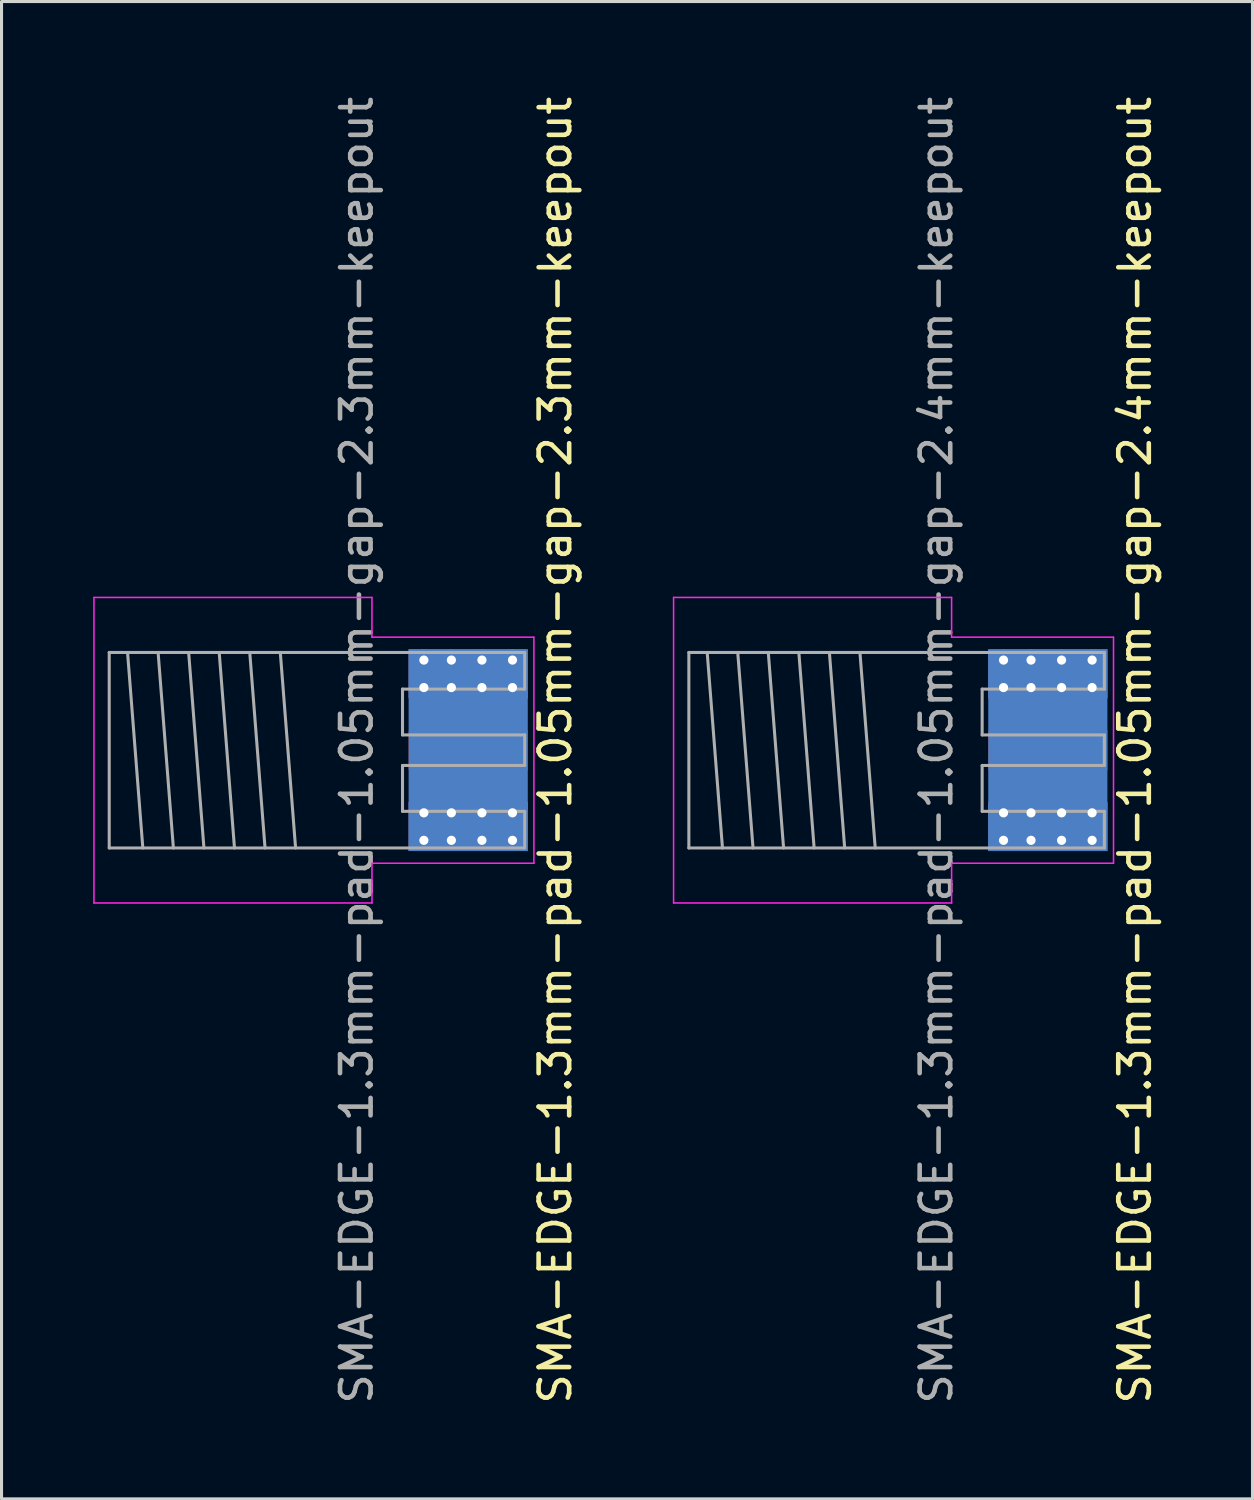
<source format=kicad_pcb>
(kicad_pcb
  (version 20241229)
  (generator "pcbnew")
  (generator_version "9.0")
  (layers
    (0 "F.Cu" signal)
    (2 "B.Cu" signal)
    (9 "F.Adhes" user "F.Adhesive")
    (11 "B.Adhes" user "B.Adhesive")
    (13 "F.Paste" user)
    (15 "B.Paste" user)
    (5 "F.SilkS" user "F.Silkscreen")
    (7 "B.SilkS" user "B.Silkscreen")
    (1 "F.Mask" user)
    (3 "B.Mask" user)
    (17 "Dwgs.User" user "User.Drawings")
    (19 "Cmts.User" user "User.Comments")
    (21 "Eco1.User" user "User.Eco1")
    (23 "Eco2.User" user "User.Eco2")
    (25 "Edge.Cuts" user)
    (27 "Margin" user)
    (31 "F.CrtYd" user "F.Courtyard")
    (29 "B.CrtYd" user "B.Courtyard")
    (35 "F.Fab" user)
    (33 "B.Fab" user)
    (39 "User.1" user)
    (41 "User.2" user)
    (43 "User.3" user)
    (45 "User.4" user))
  (footprint "SMA-EDGE-1.3mm-pad-1.05mm-gap-2.3mm-keepout"
    (layer "F.Cu")
    (at 10.125 21.506)
    (property "Reference" "SMA-EDGE-1.3mm-pad-1.05mm-gap-2.3mm-keepout" (at 5 0 90) (layer "F.SilkS") (effects (font (size 1 1) (thickness 0.15))))
    (attr through_hole)
    (fp_line (start -10.1 -5) (end -10.1 5) (stroke (width 0.05) (type solid)) (layer "F.CrtYd"))
    (fp_line (start -10.1 -5) (end -1 -5) (stroke (width 0.05) (type solid)) (layer "F.CrtYd"))
    (fp_line (start -10.1 5) (end -1 5) (stroke (width 0.05) (type solid)) (layer "F.CrtYd"))
    (fp_line (start -1 -5) (end -1 -3.7) (stroke (width 0.05) (type solid)) (layer "F.CrtYd"))
    (fp_line (start -1 3.7) (end 4.3 3.7) (stroke (width 0.05) (type solid)) (layer "F.CrtYd"))
    (fp_line (start -1 5) (end -1 3.7) (stroke (width 0.05) (type solid)) (layer "F.CrtYd"))
    (fp_line (start 4.3 -3.7) (end -1 -3.7) (stroke (width 0.05) (type solid)) (layer "F.CrtYd"))
    (fp_line (start 4.3 3.7) (end 4.3 -3.7) (stroke (width 0.05) (type solid)) (layer "F.CrtYd"))
    (fp_line (start -9.6 -3.2) (end 4 -3.2) (stroke (width 0.1) (type solid)) (layer "F.Fab"))
    (fp_line (start -9.6 3.2) (end -9.6 -3.2) (stroke (width 0.1) (type solid)) (layer "F.Fab"))
    (fp_line (start -9.6 3.2) (end 4 3.2) (stroke (width 0.1) (type solid)) (layer "F.Fab"))
    (fp_line (start -9 -3.2) (end -8.5 3.2) (stroke (width 0.1) (type solid)) (layer "F.Fab"))
    (fp_line (start -8 -3.2) (end -7.5 3.2) (stroke (width 0.1) (type solid)) (layer "F.Fab"))
    (fp_line (start -7 -3.2) (end -6.5 3.2) (stroke (width 0.1) (type solid)) (layer "F.Fab"))
    (fp_line (start -6 -3.2) (end -5.5 3.2) (stroke (width 0.1) (type solid)) (layer "F.Fab"))
    (fp_line (start -5 -3.2) (end -4.5 3.2) (stroke (width 0.1) (type solid)) (layer "F.Fab"))
    (fp_line (start -4 -3.2) (end -3.5 3.2) (stroke (width 0.1) (type solid)) (layer "F.Fab"))
    (fp_line (start 0 -2) (end 4 -2) (stroke (width 0.1) (type solid)) (layer "F.Fab"))
    (fp_line (start 0 -0.5) (end 0 -2) (stroke (width 0.1) (type solid)) (layer "F.Fab"))
    (fp_line (start 0 0.5) (end 4 0.5) (stroke (width 0.1) (type solid)) (layer "F.Fab"))
    (fp_line (start 0 2) (end 0 0.5) (stroke (width 0.1) (type solid)) (layer "F.Fab"))
    (fp_line (start 4 -2) (end 4 -3.2) (stroke (width 0.1) (type solid)) (layer "F.Fab"))
    (fp_line (start 4 -0.5) (end 0 -0.5) (stroke (width 0.1) (type solid)) (layer "F.Fab"))
    (fp_line (start 4 0.5) (end 4 -0.5) (stroke (width 0.1) (type solid)) (layer "F.Fab"))
    (fp_line (start 4 2) (end 0 2) (stroke (width 0.1) (type solid)) (layer "F.Fab"))
    (fp_line (start 4 3.2) (end 4 2) (stroke (width 0.1) (type solid)) (layer "F.Fab"))
    (fp_text user "${REFERENCE}" (at -1.5 0 90) (layer "F.Fab") (effects (font (size 1 1) (thickness 0.15))))
    (pad "1" smd rect (at 2.15 0) (size 3.9 1.3) (layers "F.Cu" "F.Mask"))
    (pad "2" thru_hole circle (at 0.7 -2.95) (size 0.7 0.7) (drill 0.3) (layers "*.Cu" "*.Mask"))
    (pad "2" thru_hole circle (at 0.7 -2.05) (size 0.7 0.7) (drill 0.3) (layers "*.Cu" "*.Mask"))
    (pad "2" thru_hole circle (at 0.7 2.05) (size 0.7 0.7) (drill 0.3) (layers "*.Cu" "*.Mask"))
    (pad "2" thru_hole circle (at 0.7 2.95) (size 0.7 0.7) (drill 0.3) (layers "*.Cu" "*.Mask"))
    (pad "2" thru_hole circle (at 1.6 -2.95) (size 0.7 0.7) (drill 0.3) (layers "*.Cu" "*.Mask"))
    (pad "2" thru_hole circle (at 1.6 -2.05) (size 0.7 0.7) (drill 0.3) (layers "*.Cu" "*.Mask"))
    (pad "2" thru_hole circle (at 1.6 2.05) (size 0.7 0.7) (drill 0.3) (layers "*.Cu" "*.Mask"))
    (pad "2" thru_hole circle (at 1.6 2.95) (size 0.7 0.7) (drill 0.3) (layers "*.Cu" "*.Mask"))
    (pad "2" smd rect (at 2.15 -2.5) (size 3.9 1.6) (layers "F.Cu" "F.Mask"))
    (pad "2" smd rect (at 2.15 -2.5) (size 3.9 1.6) (layers "B.Cu" "B.Mask"))
    (pad "2" smd rect (at 2.15 0) (size 3.9 6.6) (layers "B.Cu"))
    (pad "2" smd rect (at 2.15 2.5) (size 3.9 1.6) (layers "F.Cu" "F.Mask"))
    (pad "2" smd rect (at 2.15 2.5) (size 3.9 1.6) (layers "B.Cu" "B.Mask"))
    (pad "2" thru_hole circle (at 2.6 -2.95) (size 0.7 0.7) (drill 0.3) (layers "*.Cu" "*.Mask"))
    (pad "2" thru_hole circle (at 2.6 -2.05) (size 0.7 0.7) (drill 0.3) (layers "*.Cu" "*.Mask"))
    (pad "2" thru_hole circle (at 2.6 2.05) (size 0.7 0.7) (drill 0.3) (layers "*.Cu" "*.Mask"))
    (pad "2" thru_hole circle (at 2.6 2.95) (size 0.7 0.7) (drill 0.3) (layers "*.Cu" "*.Mask"))
    (pad "2" thru_hole circle (at 3.6 -2.95) (size 0.7 0.7) (drill 0.3) (layers "*.Cu" "*.Mask"))
    (pad "2" thru_hole circle (at 3.6 -2.05) (size 0.7 0.7) (drill 0.3) (layers "*.Cu" "*.Mask"))
    (pad "2" thru_hole circle (at 3.6 2.05) (size 0.7 0.7) (drill 0.3) (layers "*.Cu" "*.Mask"))
    (pad "2" thru_hole circle (at 3.6 2.95) (size 0.7 0.7) (drill 0.3) (layers "*.Cu" "*.Mask"))
    (zone (net_name "") (layer "In1.Cu") (name "SMA keepout") (hatch edge 0.508) (connect_pads) (min_thickness 0.254) (filled_areas_thickness no) (keepout (tracks not_allowed) (vias not_allowed) (pads not_allowed) (copperpour not_allowed) (footprints not_allowed)) (placement (enabled no)) (fill) (polygon (pts (xy 14.225 22.656) (xy 10.125 22.656) (xy 10.125 20.356) (xy 14.225 20.356)))))
  (footprint "SMA-EDGE-1.3mm-pad-1.05mm-gap-2.4mm-keepout"
    (layer "F.Cu")
    (at 29.098 21.506)
    (property "Reference" "SMA-EDGE-1.3mm-pad-1.05mm-gap-2.4mm-keepout" (at 5 0 90) (layer "F.SilkS") (effects (font (size 1 1) (thickness 0.15))))
    (attr through_hole)
    (fp_line (start -10.1 -5) (end -10.1 5) (stroke (width 0.05) (type solid)) (layer "F.CrtYd"))
    (fp_line (start -10.1 -5) (end -1 -5) (stroke (width 0.05) (type solid)) (layer "F.CrtYd"))
    (fp_line (start -10.1 5) (end -1 5) (stroke (width 0.05) (type solid)) (layer "F.CrtYd"))
    (fp_line (start -1 -5) (end -1 -3.7) (stroke (width 0.05) (type solid)) (layer "F.CrtYd"))
    (fp_line (start -1 3.7) (end 4.3 3.7) (stroke (width 0.05) (type solid)) (layer "F.CrtYd"))
    (fp_line (start -1 5) (end -1 3.7) (stroke (width 0.05) (type solid)) (layer "F.CrtYd"))
    (fp_line (start 4.3 -3.7) (end -1 -3.7) (stroke (width 0.05) (type solid)) (layer "F.CrtYd"))
    (fp_line (start 4.3 3.7) (end 4.3 -3.7) (stroke (width 0.05) (type solid)) (layer "F.CrtYd"))
    (fp_line (start -9.6 -3.2) (end 4 -3.2) (stroke (width 0.1) (type solid)) (layer "F.Fab"))
    (fp_line (start -9.6 3.2) (end -9.6 -3.2) (stroke (width 0.1) (type solid)) (layer "F.Fab"))
    (fp_line (start -9.6 3.2) (end 4 3.2) (stroke (width 0.1) (type solid)) (layer "F.Fab"))
    (fp_line (start -9 -3.2) (end -8.5 3.2) (stroke (width 0.1) (type solid)) (layer "F.Fab"))
    (fp_line (start -8 -3.2) (end -7.5 3.2) (stroke (width 0.1) (type solid)) (layer "F.Fab"))
    (fp_line (start -7 -3.2) (end -6.5 3.2) (stroke (width 0.1) (type solid)) (layer "F.Fab"))
    (fp_line (start -6 -3.2) (end -5.5 3.2) (stroke (width 0.1) (type solid)) (layer "F.Fab"))
    (fp_line (start -5 -3.2) (end -4.5 3.2) (stroke (width 0.1) (type solid)) (layer "F.Fab"))
    (fp_line (start -4 -3.2) (end -3.5 3.2) (stroke (width 0.1) (type solid)) (layer "F.Fab"))
    (fp_line (start 0 -2) (end 4 -2) (stroke (width 0.1) (type solid)) (layer "F.Fab"))
    (fp_line (start 0 -0.5) (end 0 -2) (stroke (width 0.1) (type solid)) (layer "F.Fab"))
    (fp_line (start 0 0.5) (end 4 0.5) (stroke (width 0.1) (type solid)) (layer "F.Fab"))
    (fp_line (start 0 2) (end 0 0.5) (stroke (width 0.1) (type solid)) (layer "F.Fab"))
    (fp_line (start 4 -2) (end 4 -3.2) (stroke (width 0.1) (type solid)) (layer "F.Fab"))
    (fp_line (start 4 -0.5) (end 0 -0.5) (stroke (width 0.1) (type solid)) (layer "F.Fab"))
    (fp_line (start 4 0.5) (end 4 -0.5) (stroke (width 0.1) (type solid)) (layer "F.Fab"))
    (fp_line (start 4 2) (end 0 2) (stroke (width 0.1) (type solid)) (layer "F.Fab"))
    (fp_line (start 4 3.2) (end 4 2) (stroke (width 0.1) (type solid)) (layer "F.Fab"))
    (fp_text user "${REFERENCE}" (at -1.5 0 90) (layer "F.Fab") (effects (font (size 1 1) (thickness 0.15))))
    (pad "1" smd rect (at 2.15 0) (size 3.9 1.3) (layers "F.Cu" "F.Mask"))
    (pad "2" thru_hole circle (at 0.7 -2.95) (size 0.7 0.7) (drill 0.3) (layers "*.Cu" "*.Mask"))
    (pad "2" thru_hole circle (at 0.7 -2.05) (size 0.7 0.7) (drill 0.3) (layers "*.Cu" "*.Mask"))
    (pad "2" thru_hole circle (at 0.7 2.05) (size 0.7 0.7) (drill 0.3) (layers "*.Cu" "*.Mask"))
    (pad "2" thru_hole circle (at 0.7 2.95) (size 0.7 0.7) (drill 0.3) (layers "*.Cu" "*.Mask"))
    (pad "2" thru_hole circle (at 1.6 -2.95) (size 0.7 0.7) (drill 0.3) (layers "*.Cu" "*.Mask"))
    (pad "2" thru_hole circle (at 1.6 -2.05) (size 0.7 0.7) (drill 0.3) (layers "*.Cu" "*.Mask"))
    (pad "2" thru_hole circle (at 1.6 2.05) (size 0.7 0.7) (drill 0.3) (layers "*.Cu" "*.Mask"))
    (pad "2" thru_hole circle (at 1.6 2.95) (size 0.7 0.7) (drill 0.3) (layers "*.Cu" "*.Mask"))
    (pad "2" smd rect (at 2.15 -2.5) (size 3.9 1.6) (layers "F.Cu" "F.Mask"))
    (pad "2" smd rect (at 2.15 -2.5) (size 3.9 1.6) (layers "B.Cu" "B.Mask"))
    (pad "2" smd rect (at 2.15 0) (size 3.9 6.6) (layers "B.Cu"))
    (pad "2" smd rect (at 2.15 2.5) (size 3.9 1.6) (layers "F.Cu" "F.Mask"))
    (pad "2" smd rect (at 2.15 2.5) (size 3.9 1.6) (layers "B.Cu" "B.Mask"))
    (pad "2" thru_hole circle (at 2.6 -2.95) (size 0.7 0.7) (drill 0.3) (layers "*.Cu" "*.Mask"))
    (pad "2" thru_hole circle (at 2.6 -2.05) (size 0.7 0.7) (drill 0.3) (layers "*.Cu" "*.Mask"))
    (pad "2" thru_hole circle (at 2.6 2.05) (size 0.7 0.7) (drill 0.3) (layers "*.Cu" "*.Mask"))
    (pad "2" thru_hole circle (at 2.6 2.95) (size 0.7 0.7) (drill 0.3) (layers "*.Cu" "*.Mask"))
    (pad "2" thru_hole circle (at 3.6 -2.95) (size 0.7 0.7) (drill 0.3) (layers "*.Cu" "*.Mask"))
    (pad "2" thru_hole circle (at 3.6 -2.05) (size 0.7 0.7) (drill 0.3) (layers "*.Cu" "*.Mask"))
    (pad "2" thru_hole circle (at 3.6 2.05) (size 0.7 0.7) (drill 0.3) (layers "*.Cu" "*.Mask"))
    (pad "2" thru_hole circle (at 3.6 2.95) (size 0.7 0.7) (drill 0.3) (layers "*.Cu" "*.Mask"))
    (zone (net_name "") (layer "In1.Cu") (name "SMA keepout") (hatch edge 0.508) (connect_pads) (min_thickness 0.254) (filled_areas_thickness no) (keepout (tracks not_allowed) (vias not_allowed) (pads not_allowed) (copperpour not_allowed) (footprints not_allowed)) (placement (enabled no)) (fill) (polygon (pts (xy 33.198 22.706) (xy 29.098 22.706) (xy 29.098 20.306) (xy 33.198 20.306)))))
  (gr_rect
    (start -3 -3)
    (end 37.947 46.012)
    (stroke (width 0.1) (type default))
    (fill no)
    (layer "Edge.Cuts")))
</source>
